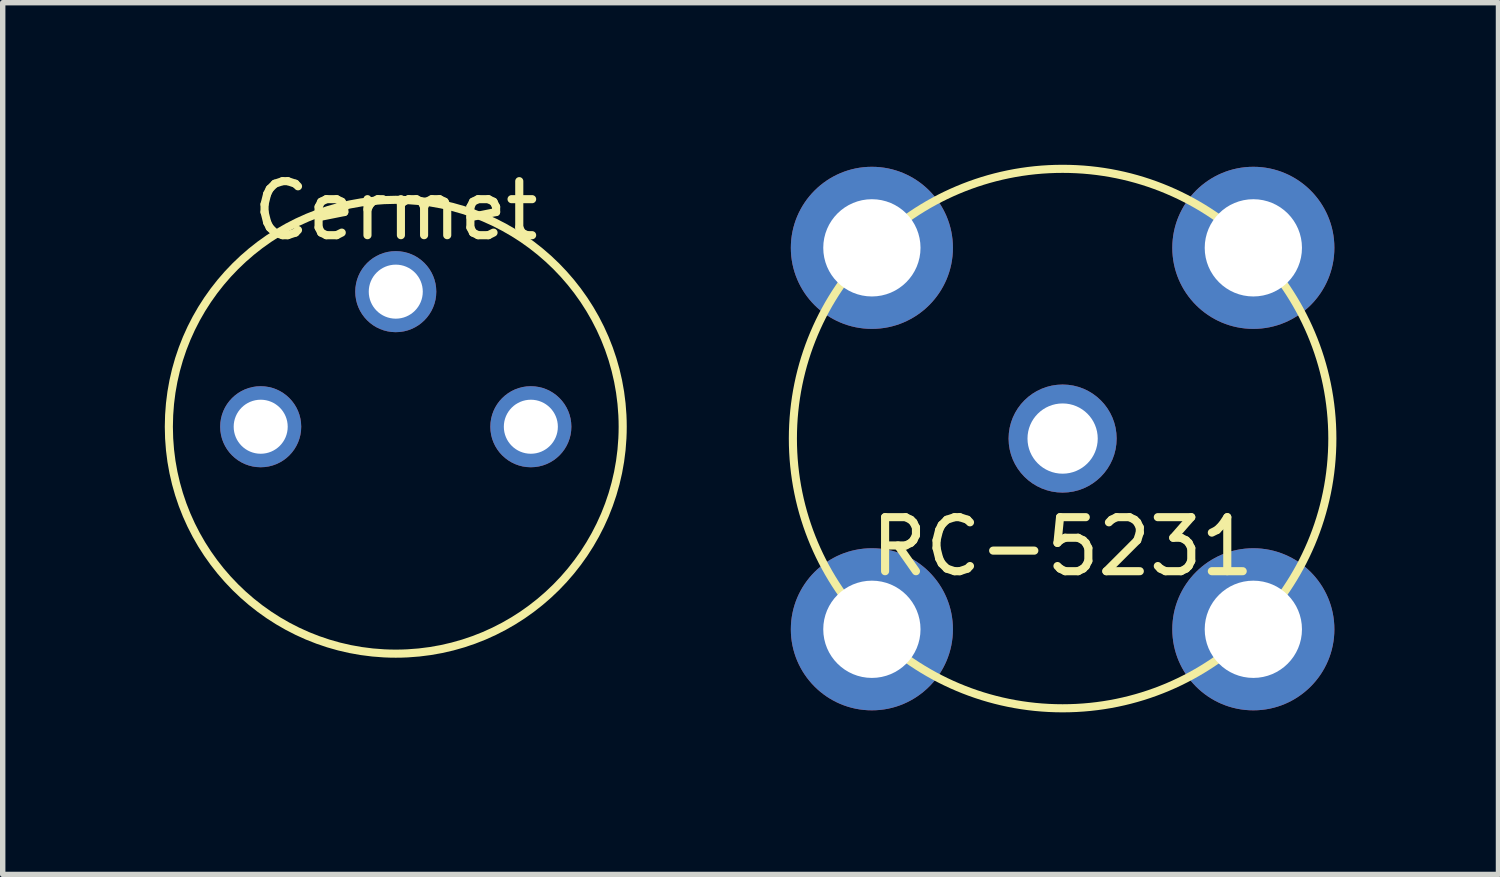
<source format=kicad_pcb>
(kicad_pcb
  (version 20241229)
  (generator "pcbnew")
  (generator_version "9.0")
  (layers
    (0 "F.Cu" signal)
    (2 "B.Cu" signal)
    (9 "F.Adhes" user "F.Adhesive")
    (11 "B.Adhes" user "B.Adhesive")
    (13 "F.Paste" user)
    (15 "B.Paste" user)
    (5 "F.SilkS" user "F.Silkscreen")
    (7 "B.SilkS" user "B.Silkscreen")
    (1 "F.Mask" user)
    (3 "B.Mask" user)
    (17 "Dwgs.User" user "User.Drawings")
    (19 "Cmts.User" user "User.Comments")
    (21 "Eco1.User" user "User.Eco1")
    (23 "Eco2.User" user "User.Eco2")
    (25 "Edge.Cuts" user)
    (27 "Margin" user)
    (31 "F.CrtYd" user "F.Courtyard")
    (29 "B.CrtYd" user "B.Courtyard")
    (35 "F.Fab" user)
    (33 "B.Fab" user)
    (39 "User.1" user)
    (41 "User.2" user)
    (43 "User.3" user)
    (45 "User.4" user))
  (footprint "RC-5231"
    (layer "F.Cu")
    (at 16.617 5.067)
    (property "Reference" "RC-5231" (at 0 2 0) (layer "F.SilkS") (effects (font (size 1 1) (thickness 0.15))))
    (attr through_hole)
    (fp_circle (center 0 0) (end 3.53 3.53) (stroke (width 0.15) (type solid)) (fill no) (layer "F.SilkS"))
    (pad "1" thru_hole circle (at 0 0) (size 2 2) (drill 1.3) (layers "*.Cu" "*.Mask"))
    (pad "2" thru_hole circle (at -3.53 -3.53) (size 3 3) (drill 1.8) (layers "*.Cu" "*.Mask"))
    (pad "2" thru_hole circle (at -3.53 3.53) (size 3 3) (drill 1.8) (layers "*.Cu" "*.Mask"))
    (pad "2" thru_hole circle (at 3.53 -3.53) (size 3 3) (drill 1.8) (layers "*.Cu" "*.Mask"))
    (pad "2" thru_hole circle (at 3.53 3.53) (size 3 3) (drill 1.8) (layers "*.Cu" "*.Mask")))
  (footprint "Cermet"
    (layer "F.Cu")
    (at 4.275 4.848)
    (property "Reference" "Cermet" (at 0 -4 0) (layer "F.SilkS") (effects (font (size 1 1) (thickness 0.15))))
    (attr through_hole)
    (fp_circle (center 0 0) (end 4.2 0) (stroke (width 0.15) (type solid)) (fill no) (layer "F.SilkS"))
    (pad "1" thru_hole circle (at -2.5 0) (size 1.5 1.5) (drill 1) (layers "*.Cu" "*.Mask"))
    (pad "2" thru_hole circle (at 0 -2.5) (size 1.5 1.5) (drill 1) (layers "*.Cu" "*.Mask"))
    (pad "3" thru_hole circle (at 2.5 0) (size 1.5 1.5) (drill 1) (layers "*.Cu" "*.Mask")))
  (gr_rect
    (start -3 -3)
    (end 24.684 13.134)
    (stroke (width 0.1) (type default))
    (fill no)
    (layer "Edge.Cuts")))
</source>
